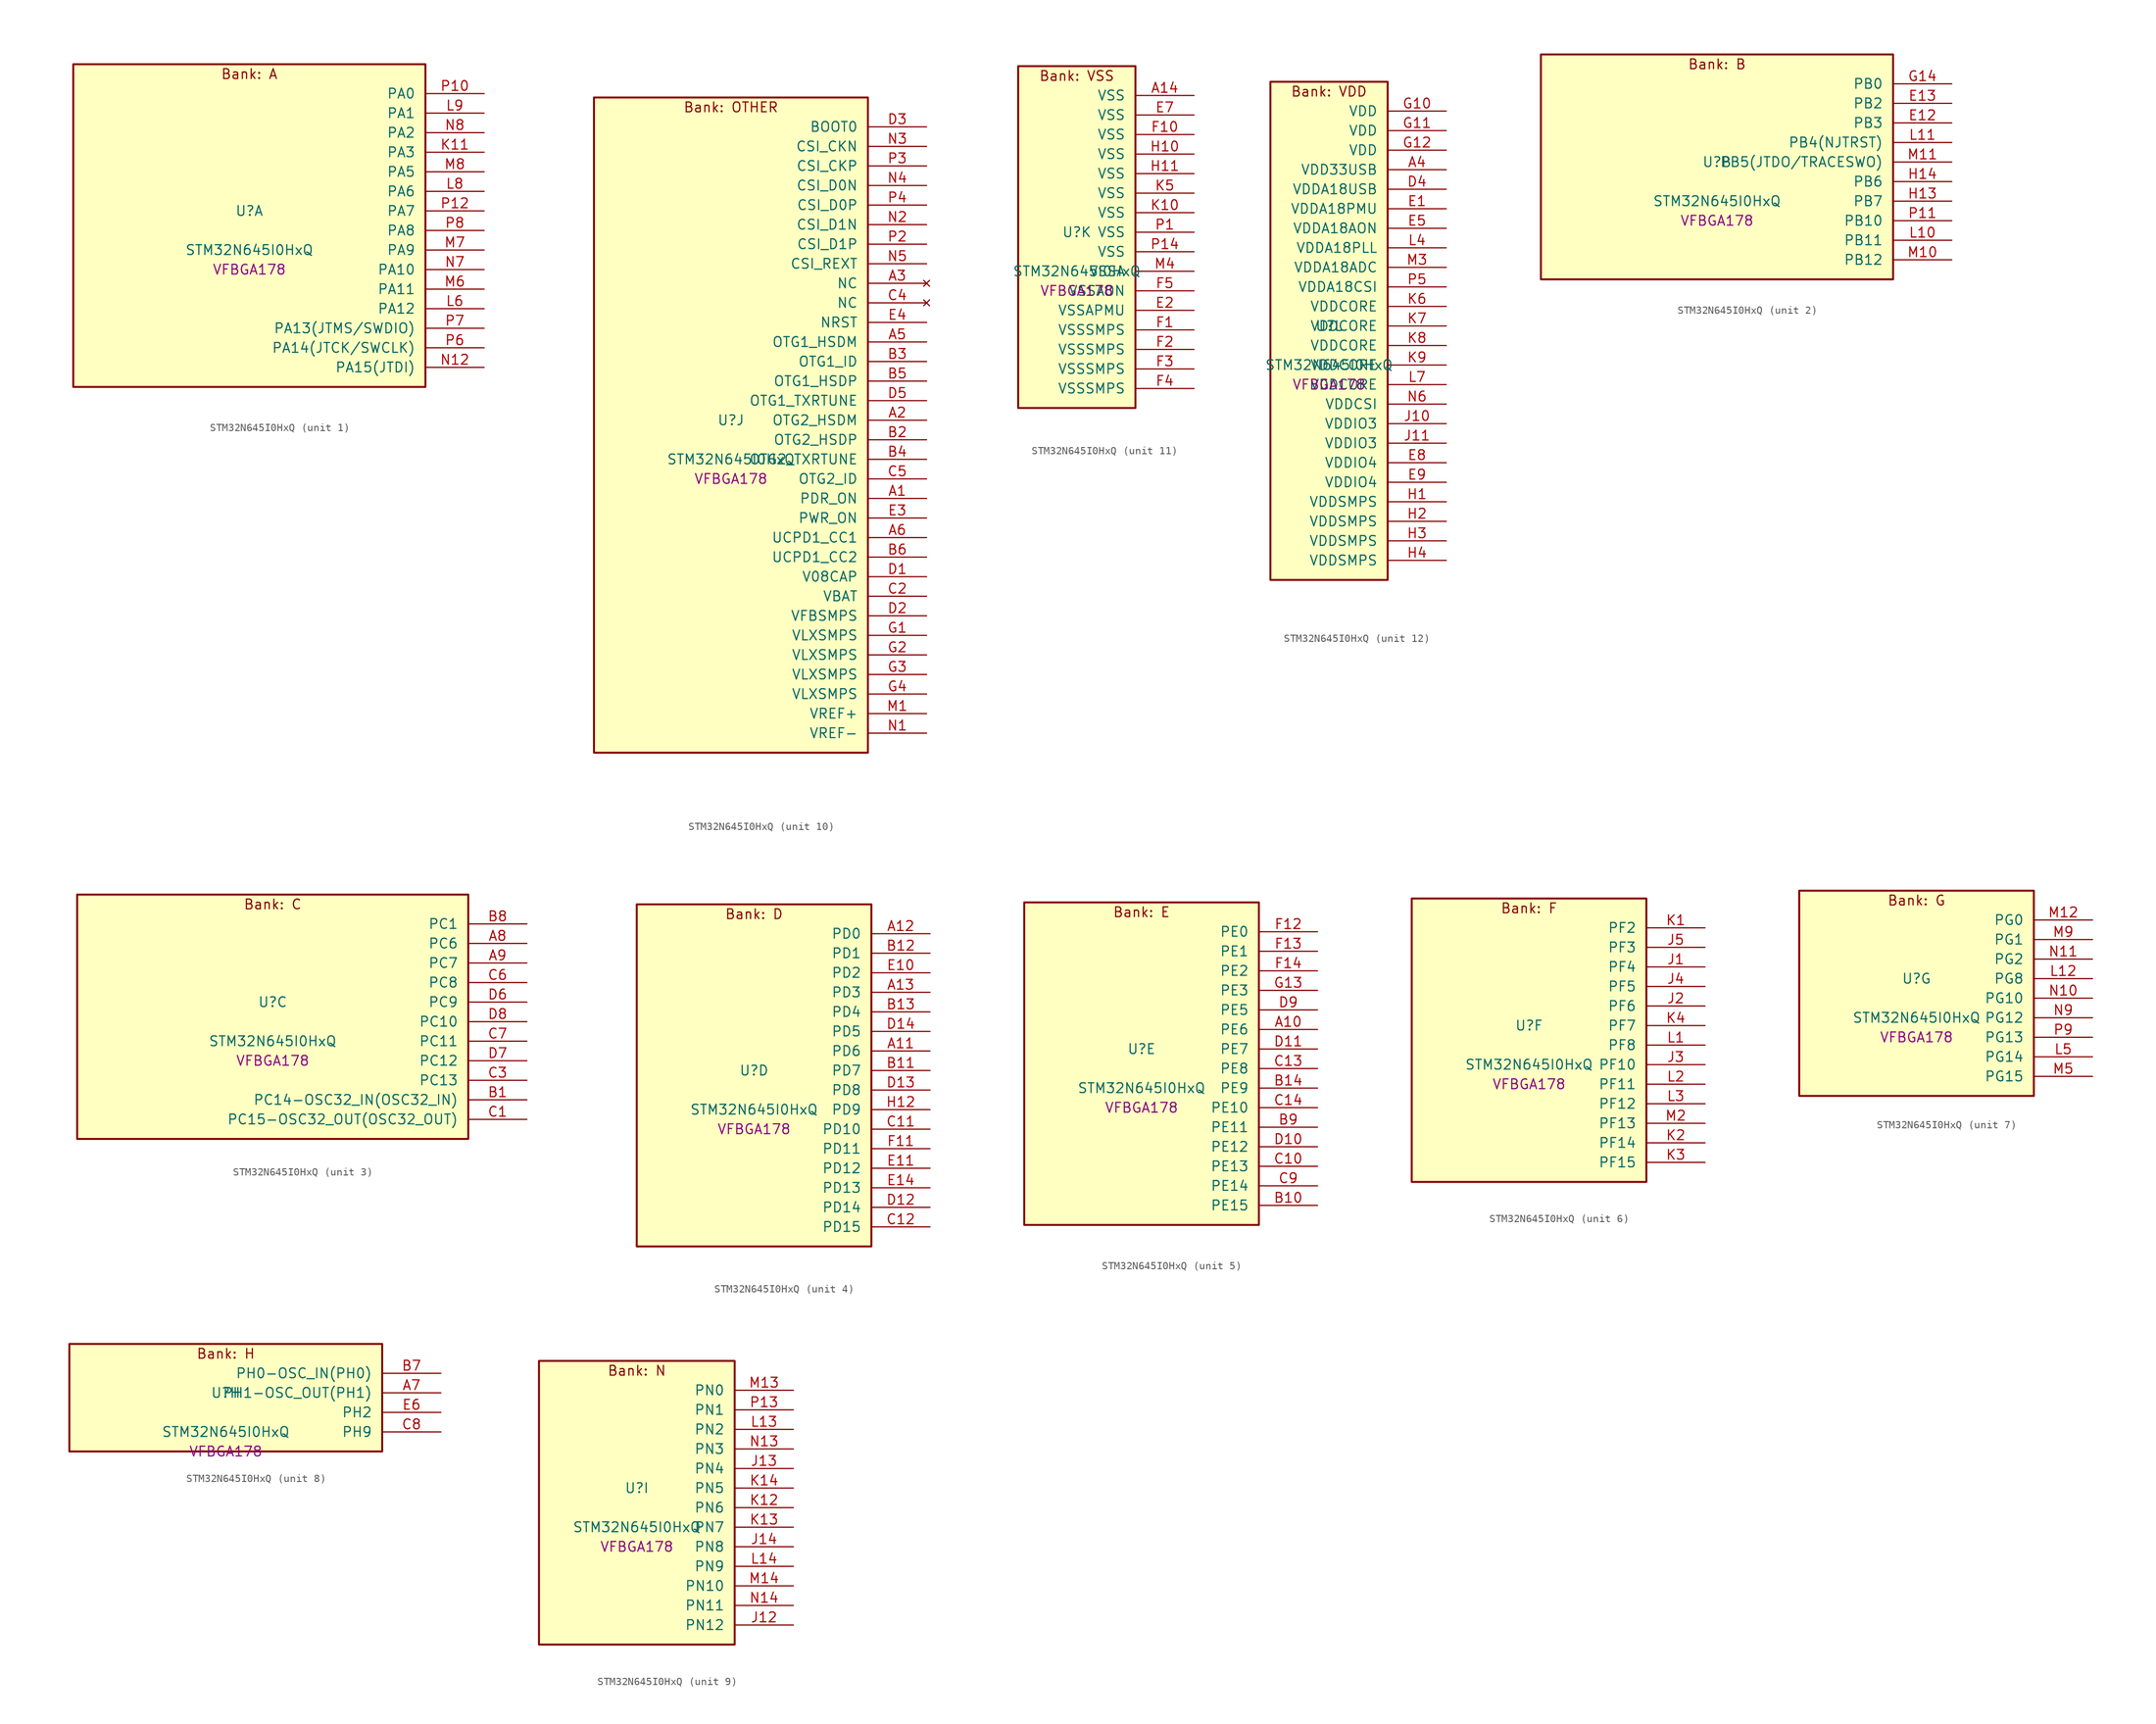
<source format=kicad_sym>
(kicad_symbol_lib
  (version 20241209)
  (generator "stm32_pkl_generator")
  (generator_version "1.0")
  (symbol "STM32N645I0HxQ"
    (pin_names
      (offset 1.27))
    (property "Reference" "U"
      (at 0 2.54 0))
    (property "Value" "STM32N645I0HxQ"
      (at 0 -2.54 0))
    (property "Footprint" "VFBGA178"
      (at 0 -5.08 0))
    (symbol "STM32N645I0HxQ_1_1"
      (rectangle (start -22.86 21.59) (end 22.86 -20.32) (stroke (width 0.254) (type solid)) (fill (type background)))
      (text "Bank: A" (at 0 20.32 0))
      (pin bidirectional line (at 30.48 17.78 180) (length 7.62) (name "PA0") (number "P10") (alternate "PA0/ADC1_INN1" bidirectional line) (alternate "PA0/ADC1_INP0" bidirectional line) (alternate "PA0/ADC2_INN1" bidirectional line) (alternate "PA0/ADC2_INP0" bidirectional line) (alternate "PA0/FMC_D7" bidirectional line) (alternate "PA0/FMC_DA7" bidirectional line) (alternate "PA0/HDP_HDP0" bidirectional line) (alternate "PA0/I2S6_WS" bidirectional line) (alternate "PA0/LTDC_G3" bidirectional line) (alternate "PA0/PWR_WKUP1" bidirectional line) (alternate "PA0/SAI2_SD_B" bidirectional line) (alternate "PA0/SPI6_NSS" bidirectional line) (alternate "PA0/TIM15_BKIN" bidirectional line) (alternate "PA0/TIM2_CH1" bidirectional line) (alternate "PA0/TIM5_CH1" bidirectional line) (alternate "PA0/TIM9_CH1" bidirectional line) (alternate "PA0/UART4_TX" bidirectional line) (alternate "PA0/USART2_CTS" bidirectional line) (alternate "PA0/USART2_NSS" bidirectional line))
      (pin bidirectional line (at 30.48 15.24 180) (length 7.62) (name "PA1") (number "L9") (alternate "PA1/ADC1_INP1" bidirectional line) (alternate "PA1/ADC2_INP1" bidirectional line) (alternate "PA1/DCMIPP_D0" bidirectional line) (alternate "PA1/DCMI_D0" bidirectional line) (alternate "PA1/FMC_D6" bidirectional line) (alternate "PA1/FMC_DA6" bidirectional line) (alternate "PA1/HDP_HDP1" bidirectional line) (alternate "PA1/LPTIM3_IN1" bidirectional line) (alternate "PA1/LTDC_G2" bidirectional line) (alternate "PA1/PSSI_D0" bidirectional line) (alternate "PA1/SAI2_MCLK_B" bidirectional line) (alternate "PA1/TIM15_CH1N" bidirectional line) (alternate "PA1/TIM2_CH2" bidirectional line) (alternate "PA1/TIM5_CH2" bidirectional line) (alternate "PA1/UART4_RX" bidirectional line) (alternate "PA1/USART2_RTS" bidirectional line))
      (pin bidirectional line (at 30.48 12.7 180) (length 7.62) (name "PA2") (number "N8") (alternate "PA2/ADC1_INP14" bidirectional line) (alternate "PA2/ADC2_INP14" bidirectional line) (alternate "PA2/FMC_D5" bidirectional line) (alternate "PA2/FMC_DA5" bidirectional line) (alternate "PA2/HDP_HDP2" bidirectional line) (alternate "PA2/LPTIM3_IN2" bidirectional line) (alternate "PA2/LTDC_B7" bidirectional line) (alternate "PA2/MDIOS_MDIO" bidirectional line) (alternate "PA2/PWR_WKUP2" bidirectional line) (alternate "PA2/SAI2_SCK_B" bidirectional line) (alternate "PA2/TIM15_CH1" bidirectional line) (alternate "PA2/TIM2_CH3" bidirectional line) (alternate "PA2/TIM5_CH3" bidirectional line) (alternate "PA2/USART2_TX" bidirectional line))
      (pin bidirectional line (at 30.48 10.16 180) (length 7.62) (name "PA3") (number "K11") (alternate "PA3/FMC_A17" bidirectional line) (alternate "PA3/FMC_ALE" bidirectional line) (alternate "PA3/SAI1_SD_B" bidirectional line) (alternate "PA3/SPI5_NSS" bidirectional line) (alternate "PA3/TIM16_CH1" bidirectional line) (alternate "PA3/UART7_RX" bidirectional line))
      (pin bidirectional line (at 30.48 7.62 180) (length 7.62) (name "PA5") (number "M8") (alternate "PA5/ADC2_INP18" bidirectional line) (alternate "PA5/DCMIPP_D8" bidirectional line) (alternate "PA5/DCMI_D8" bidirectional line) (alternate "PA5/FMC_NOE" bidirectional line) (alternate "PA5/HDP_HDP5" bidirectional line) (alternate "PA5/I2S1_CK" bidirectional line) (alternate "PA5/I2S6_CK" bidirectional line) (alternate "PA5/I3C1_SCL" bidirectional line) (alternate "PA5/LTDC_CLK" bidirectional line) (alternate "PA5/PSSI_D8" bidirectional line) (alternate "PA5/PWR_CSTOP" bidirectional line) (alternate "PA5/SPI1_SCK" bidirectional line) (alternate "PA5/SPI6_SCK" bidirectional line) (alternate "PA5/TIM10_CH1" bidirectional line) (alternate "PA5/TIM2_CH1" bidirectional line) (alternate "PA5/TIM2_ETR" bidirectional line) (alternate "PA5/TIM9_CH2" bidirectional line))
      (pin bidirectional line (at 30.48 5.08 180) (length 7.62) (name "PA6") (number "L8") (alternate "PA6/ADC1_INP3" bidirectional line) (alternate "PA6/ADC2_INP3" bidirectional line) (alternate "PA6/BOOT1" bidirectional line) (alternate "PA6/DCMIPP_PIXCLK" bidirectional line) (alternate "PA6/DCMI_PIXCLK" bidirectional line) (alternate "PA6/HDP_HDP6" bidirectional line) (alternate "PA6/I2S1_SDI" bidirectional line) (alternate "PA6/I2S6_SDI" bidirectional line) (alternate "PA6/I3C1_SDA" bidirectional line) (alternate "PA6/LPTIM3_ETR" bidirectional line) (alternate "PA6/LTDC_B7" bidirectional line) (alternate "PA6/LTDC_HSYNC" bidirectional line) (alternate "PA6/MDIOS_MDC" bidirectional line) (alternate "PA6/PSSI_PDCK" bidirectional line) (alternate "PA6/SPI1_MISO" bidirectional line) (alternate "PA6/SPI6_MISO" bidirectional line) (alternate "PA6/TIM13_CH1" bidirectional line) (alternate "PA6/TIM1_BKIN" bidirectional line) (alternate "PA6/TIM3_CH1" bidirectional line))
      (pin bidirectional line (at 30.48 2.54 180) (length 7.62) (name "PA7") (number "P12") (alternate "PA7/HDP_HDP7" bidirectional line) (alternate "PA7/I2S1_SDO" bidirectional line) (alternate "PA7/I2S6_SDO" bidirectional line) (alternate "PA7/LTDC_B1" bidirectional line) (alternate "PA7/LTDC_R4" bidirectional line) (alternate "PA7/SPI1_MOSI" bidirectional line) (alternate "PA7/SPI6_MOSI" bidirectional line) (alternate "PA7/TIM14_CH1" bidirectional line) (alternate "PA7/TIM1_CH1N" bidirectional line) (alternate "PA7/TIM3_CH2" bidirectional line) (alternate "PA7/USART1_RX" bidirectional line))
      (pin bidirectional line (at 30.48 0 180) (length 7.62) (name "PA8") (number "P8") (alternate "PA8/ADC1_INP5" bidirectional line) (alternate "PA8/ADC2_INP5" bidirectional line) (alternate "PA8/FMC_D4" bidirectional line) (alternate "PA8/FMC_DA4" bidirectional line) (alternate "PA8/HDP_HDP0" bidirectional line) (alternate "PA8/I2C3_SCL" bidirectional line) (alternate "PA8/I3C2_SCL" bidirectional line) (alternate "PA8/LTDC_B6" bidirectional line) (alternate "PA8/RCC_MCO_1" bidirectional line) (alternate "PA8/TIM11_CH1" bidirectional line) (alternate "PA8/TIM1_CH1" bidirectional line) (alternate "PA8/UART7_RX" bidirectional line) (alternate "PA8/USART1_CK" bidirectional line))
      (pin bidirectional line (at 30.48 -2.54 180) (length 7.62) (name "PA9") (number "M7") (alternate "PA9/ADC1_INP10" bidirectional line) (alternate "PA9/ADC2_INP10" bidirectional line) (alternate "PA9/DCMIPP_D0" bidirectional line) (alternate "PA9/DCMI_D0" bidirectional line) (alternate "PA9/FMC_D3" bidirectional line) (alternate "PA9/FMC_DA3" bidirectional line) (alternate "PA9/HDP_HDP1" bidirectional line) (alternate "PA9/I2C3_SDA" bidirectional line) (alternate "PA9/I2S2_CK" bidirectional line) (alternate "PA9/I3C2_SDA" bidirectional line) (alternate "PA9/LPUART1_TX" bidirectional line) (alternate "PA9/LTDC_B5" bidirectional line) (alternate "PA9/PSSI_D0" bidirectional line) (alternate "PA9/SPI2_SCK" bidirectional line) (alternate "PA9/TIM1_CH2" bidirectional line) (alternate "PA9/USART1_TX" bidirectional line))
      (pin bidirectional line (at 30.48 -5.08 180) (length 7.62) (name "PA10") (number "N7") (alternate "PA10/ADC1_INN10" bidirectional line) (alternate "PA10/ADC1_INP11" bidirectional line) (alternate "PA10/ADC2_INN10" bidirectional line) (alternate "PA10/ADC2_INP11" bidirectional line) (alternate "PA10/DCMIPP_D1" bidirectional line) (alternate "PA10/DCMI_D1" bidirectional line) (alternate "PA10/FMC_D2" bidirectional line) (alternate "PA10/FMC_DA2" bidirectional line) (alternate "PA10/HDP_HDP2" bidirectional line) (alternate "PA10/LPUART1_RX" bidirectional line) (alternate "PA10/LTDC_B4" bidirectional line) (alternate "PA10/MDIOS_MDIO" bidirectional line) (alternate "PA10/PSSI_D1" bidirectional line) (alternate "PA10/PWR_CSLEEP" bidirectional line) (alternate "PA10/TIM1_CH3" bidirectional line) (alternate "PA10/USART1_RX" bidirectional line))
      (pin bidirectional line (at 30.48 -7.62 180) (length 7.62) (name "PA11") (number "M6") (alternate "PA11/ADC1_EXTI11" bidirectional line) (alternate "PA11/ADC1_INN11" bidirectional line) (alternate "PA11/ADC1_INP12" bidirectional line) (alternate "PA11/ADC2_EXTI11" bidirectional line) (alternate "PA11/ADC2_INN11" bidirectional line) (alternate "PA11/ADC2_INP12" bidirectional line) (alternate "PA11/FDCAN1_RX" bidirectional line) (alternate "PA11/FMC_D1" bidirectional line) (alternate "PA11/FMC_DA1" bidirectional line) (alternate "PA11/HDP_HDP3" bidirectional line) (alternate "PA11/I2S2_WS" bidirectional line) (alternate "PA11/LPUART1_CTS" bidirectional line) (alternate "PA11/LTDC_B3" bidirectional line) (alternate "PA11/SPI2_NSS" bidirectional line) (alternate "PA11/TIM1_CH4" bidirectional line) (alternate "PA11/UART4_RX" bidirectional line) (alternate "PA11/USART1_CTS" bidirectional line) (alternate "PA11/USART1_NSS" bidirectional line))
      (pin bidirectional line (at 30.48 -10.16 180) (length 7.62) (name "PA12") (number "L6") (alternate "PA12/ADC1_INN12" bidirectional line) (alternate "PA12/ADC1_INP13" bidirectional line) (alternate "PA12/ADC2_INN12" bidirectional line) (alternate "PA12/ADC2_INP13" bidirectional line) (alternate "PA12/FDCAN1_TX" bidirectional line) (alternate "PA12/FMC_D0" bidirectional line) (alternate "PA12/FMC_DA0" bidirectional line) (alternate "PA12/HDP_HDP4" bidirectional line) (alternate "PA12/I2S2_CK" bidirectional line) (alternate "PA12/LPUART1_RTS" bidirectional line) (alternate "PA12/LTDC_B2" bidirectional line) (alternate "PA12/SAI2_FS_B" bidirectional line) (alternate "PA12/SPI2_SCK" bidirectional line) (alternate "PA12/TIM1_ETR" bidirectional line) (alternate "PA12/UART4_TX" bidirectional line) (alternate "PA12/USART1_RTS" bidirectional line))
      (pin bidirectional line (at 30.48 -12.7 180) (length 7.62) (name "PA13(JTMS/SWDIO)") (number "P7") (alternate "PA13(JTMS/SWDIO)/DEBUG_JTMS-SWDIO" bidirectional line) (alternate "PA13(JTMS/SWDIO)/HDP_HDP5" bidirectional line))
      (pin bidirectional line (at 30.48 -15.24 180) (length 7.62) (name "PA14(JTCK/SWCLK)") (number "P6") (alternate "PA14(JTCK/SWCLK)/DEBUG_JTCK-SWCLK" bidirectional line) (alternate "PA14(JTCK/SWCLK)/HDP_HDP6" bidirectional line))
      (pin bidirectional line (at 30.48 -17.78 180) (length 7.62) (name "PA15(JTDI)") (number "N12") (alternate "PA15(JTDI)/ADC1_EXTI15" bidirectional line) (alternate "PA15(JTDI)/ADC2_EXTI15" bidirectional line) (alternate "PA15(JTDI)/DEBUG_JTDI" bidirectional line) (alternate "PA15(JTDI)/FMC_D15" bidirectional line) (alternate "PA15(JTDI)/FMC_DA15" bidirectional line) (alternate "PA15(JTDI)/HDP_HDP7" bidirectional line) (alternate "PA15(JTDI)/I2S1_WS" bidirectional line) (alternate "PA15(JTDI)/I2S3_WS" bidirectional line) (alternate "PA15(JTDI)/I2S6_WS" bidirectional line) (alternate "PA15(JTDI)/LTDC_R5" bidirectional line) (alternate "PA15(JTDI)/SPI1_NSS" bidirectional line) (alternate "PA15(JTDI)/SPI3_NSS" bidirectional line) (alternate "PA15(JTDI)/SPI6_NSS" bidirectional line) (alternate "PA15(JTDI)/TIM2_CH1" bidirectional line) (alternate "PA15(JTDI)/TIM2_ETR" bidirectional line) (alternate "PA15(JTDI)/UART4_DE" bidirectional line) (alternate "PA15(JTDI)/UART4_RTS" bidirectional line) (alternate "PA15(JTDI)/UART7_TX" bidirectional line)))
    (symbol "STM32N645I0HxQ_2_1"
      (rectangle (start -22.86 16.51) (end 22.86 -12.7) (stroke (width 0.254) (type solid)) (fill (type background)))
      (text "Bank: B" (at 0 15.24 0))
      (pin bidirectional line (at 30.48 12.7 180) (length 7.62) (name "PB0") (number "G14") (alternate "PB0/ADF1_SDI0" bidirectional line) (alternate "PB0/DCMIPP_D4" bidirectional line) (alternate "PB0/DCMI_D4" bidirectional line) (alternate "PB0/DEBUG_TRACED1" bidirectional line) (alternate "PB0/FMC_D13" bidirectional line) (alternate "PB0/FMC_DA13" bidirectional line) (alternate "PB0/MDF1_SDI2" bidirectional line) (alternate "PB0/PSSI_D4" bidirectional line) (alternate "PB0/SAI1_D2" bidirectional line) (alternate "PB0/SAI1_FS_A" bidirectional line) (alternate "PB0/SPI4_NSS" bidirectional line) (alternate "PB0/TIM15_CH1N" bidirectional line) (alternate "PB0/TIM1_CH4" bidirectional line))
      (pin bidirectional line (at 30.48 10.16 180) (length 7.62) (name "PB2") (number "E13") (alternate "PB2/ADF1_SDI0" bidirectional line) (alternate "PB2/FMC_D2" bidirectional line) (alternate "PB2/FMC_DA2" bidirectional line) (alternate "PB2/HDP_HDP2" bidirectional line) (alternate "PB2/I2S3_SDO" bidirectional line) (alternate "PB2/LTDC_B2" bidirectional line) (alternate "PB2/MDF1_SDI1" bidirectional line) (alternate "PB2/RTC_OUT2" bidirectional line) (alternate "PB2/SAI1_D1" bidirectional line) (alternate "PB2/SAI1_SD_A" bidirectional line) (alternate "PB2/SPI3_MOSI" bidirectional line) (alternate "PB2/TIM1_CH1" bidirectional line))
      (pin bidirectional line (at 30.48 7.62 180) (length 7.62) (name "PB3") (number "E12") (alternate "PB3/DEBUG_JTDO-SWO" bidirectional line) (alternate "PB3/DEBUG_TRACECLK" bidirectional line) (alternate "PB3/FMC_A23" bidirectional line) (alternate "PB3/FMC_NBL1" bidirectional line) (alternate "PB3/GFXTIM_FCKCAL" bidirectional line) (alternate "PB3/GFXTIM_LCKCAL" bidirectional line) (alternate "PB3/HDP_HDP0" bidirectional line) (alternate "PB3/MDF1_CKI1" bidirectional line) (alternate "PB3/SAI2_FS_B" bidirectional line) (alternate "PB3/TIM1_CH4N" bidirectional line) (alternate "PB3/USART1_CK" bidirectional line))
      (pin bidirectional line (at 30.48 5.08 180) (length 7.62) (name "PB4(NJTRST)") (number "L11") (alternate "PB4(NJTRST)/DCMIPP_VSYNC" bidirectional line) (alternate "PB4(NJTRST)/DCMI_VSYNC" bidirectional line) (alternate "PB4(NJTRST)/DEBUG_NJTRST" bidirectional line) (alternate "PB4(NJTRST)/FMC_D13" bidirectional line) (alternate "PB4(NJTRST)/FMC_DA13" bidirectional line) (alternate "PB4(NJTRST)/HDP_HDP4" bidirectional line) (alternate "PB4(NJTRST)/I2S1_SDI" bidirectional line) (alternate "PB4(NJTRST)/I2S2_WS" bidirectional line) (alternate "PB4(NJTRST)/I2S3_SDI" bidirectional line) (alternate "PB4(NJTRST)/I2S6_SDI" bidirectional line) (alternate "PB4(NJTRST)/LTDC_R3" bidirectional line) (alternate "PB4(NJTRST)/PSSI_RDY" bidirectional line) (alternate "PB4(NJTRST)/SPI1_MISO" bidirectional line) (alternate "PB4(NJTRST)/SPI2_NSS" bidirectional line) (alternate "PB4(NJTRST)/SPI3_MISO" bidirectional line) (alternate "PB4(NJTRST)/SPI6_MISO" bidirectional line) (alternate "PB4(NJTRST)/TIM16_BKIN" bidirectional line) (alternate "PB4(NJTRST)/TIM3_CH1" bidirectional line) (alternate "PB4(NJTRST)/UART7_TX" bidirectional line))
      (pin bidirectional line (at 30.48 2.54 180) (length 7.62) (name "PB5(JTDO/TRACESWO)") (number "M11") (alternate "PB5(JTDO/TRACESWO)/DCMIPP_D10" bidirectional line) (alternate "PB5(JTDO/TRACESWO)/DCMI_D10" bidirectional line) (alternate "PB5(JTDO/TRACESWO)/DEBUG_JTDO-SWO" bidirectional line) (alternate "PB5(JTDO/TRACESWO)/FDCAN2_RX" bidirectional line) (alternate "PB5(JTDO/TRACESWO)/FMC_D12" bidirectional line) (alternate "PB5(JTDO/TRACESWO)/FMC_DA12" bidirectional line) (alternate "PB5(JTDO/TRACESWO)/HDP_HDP5" bidirectional line) (alternate "PB5(JTDO/TRACESWO)/I2C1_SMBA" bidirectional line) (alternate "PB5(JTDO/TRACESWO)/I2S1_SDO" bidirectional line) (alternate "PB5(JTDO/TRACESWO)/I2S3_SDO" bidirectional line) (alternate "PB5(JTDO/TRACESWO)/I2S6_SDO" bidirectional line) (alternate "PB5(JTDO/TRACESWO)/LTDC_R2" bidirectional line) (alternate "PB5(JTDO/TRACESWO)/PSSI_D10" bidirectional line) (alternate "PB5(JTDO/TRACESWO)/SPI1_MOSI" bidirectional line) (alternate "PB5(JTDO/TRACESWO)/SPI3_MOSI" bidirectional line) (alternate "PB5(JTDO/TRACESWO)/SPI6_MOSI" bidirectional line) (alternate "PB5(JTDO/TRACESWO)/TIM17_BKIN" bidirectional line) (alternate "PB5(JTDO/TRACESWO)/TIM3_CH2" bidirectional line) (alternate "PB5(JTDO/TRACESWO)/UART5_RX" bidirectional line))
      (pin bidirectional line (at 30.48 0 180) (length 7.62) (name "PB6") (number "H14") (alternate "PB6/ADF1_CCK1" bidirectional line) (alternate "PB6/DCMIPP_D6" bidirectional line) (alternate "PB6/DCMI_D6" bidirectional line) (alternate "PB6/DEBUG_TRACED2" bidirectional line) (alternate "PB6/FMC_D14" bidirectional line) (alternate "PB6/FMC_DA14" bidirectional line) (alternate "PB6/MDF1_CCK1" bidirectional line) (alternate "PB6/PSSI_D6" bidirectional line) (alternate "PB6/SAI1_CK2" bidirectional line) (alternate "PB6/SAI1_SCK_A" bidirectional line) (alternate "PB6/SPI4_MISO" bidirectional line) (alternate "PB6/TIM15_CH1" bidirectional line))
      (pin bidirectional line (at 30.48 -2.54 180) (length 7.62) (name "PB7") (number "H13") (alternate "PB7/ADF1_SDI0" bidirectional line) (alternate "PB7/DCMIPP_D7" bidirectional line) (alternate "PB7/DCMI_D7" bidirectional line) (alternate "PB7/DEBUG_TRACED3" bidirectional line) (alternate "PB7/FMC_D15" bidirectional line) (alternate "PB7/FMC_DA15" bidirectional line) (alternate "PB7/MDF1_SDI1" bidirectional line) (alternate "PB7/PSSI_D7" bidirectional line) (alternate "PB7/SAI1_D1" bidirectional line) (alternate "PB7/SAI1_SD_A" bidirectional line) (alternate "PB7/SAI2_MCLK_B" bidirectional line) (alternate "PB7/SPI4_MOSI" bidirectional line) (alternate "PB7/TIM15_CH2" bidirectional line) (alternate "PB7/TIM1_BKIN2" bidirectional line))
      (pin bidirectional line (at 30.48 -5.08 180) (length 7.62) (name "PB10") (number "P11") (alternate "PB10/ADC1_INN4" bidirectional line) (alternate "PB10/ADC1_INP8" bidirectional line) (alternate "PB10/ADC2_INN4" bidirectional line) (alternate "PB10/ADC2_INP8" bidirectional line) (alternate "PB10/FMC_D11" bidirectional line) (alternate "PB10/FMC_DA11" bidirectional line) (alternate "PB10/HDP_HDP2" bidirectional line) (alternate "PB10/I2C2_SCL" bidirectional line) (alternate "PB10/I2S2_CK" bidirectional line) (alternate "PB10/I3C2_SCL" bidirectional line) (alternate "PB10/LPTIM2_IN1" bidirectional line) (alternate "PB10/LTDC_G7" bidirectional line) (alternate "PB10/SPI2_SCK" bidirectional line) (alternate "PB10/TIM2_CH3" bidirectional line) (alternate "PB10/USART3_TX" bidirectional line))
      (pin bidirectional line (at 30.48 -7.62 180) (length 7.62) (name "PB11") (number "L10") (alternate "PB11/ADC1_EXTI11" bidirectional line) (alternate "PB11/ADC1_INP4" bidirectional line) (alternate "PB11/ADC2_EXTI11" bidirectional line) (alternate "PB11/ADC2_INP4" bidirectional line) (alternate "PB11/FMC_D10" bidirectional line) (alternate "PB11/FMC_DA10" bidirectional line) (alternate "PB11/HDP_HDP3" bidirectional line) (alternate "PB11/I2C2_SDA" bidirectional line) (alternate "PB11/I3C2_SDA" bidirectional line) (alternate "PB11/LPTIM2_ETR" bidirectional line) (alternate "PB11/LTDC_G6" bidirectional line) (alternate "PB11/TIM2_CH4" bidirectional line) (alternate "PB11/USART3_RX" bidirectional line))
      (pin bidirectional line (at 30.48 -10.16 180) (length 7.62) (name "PB12") (number "M10") (alternate "PB12/FDCAN2_RX" bidirectional line) (alternate "PB12/FMC_D9" bidirectional line) (alternate "PB12/FMC_DA9" bidirectional line) (alternate "PB12/HDP_HDP4" bidirectional line) (alternate "PB12/I2C2_SMBA" bidirectional line) (alternate "PB12/I2S2_WS" bidirectional line) (alternate "PB12/LPTIM2_IN2" bidirectional line) (alternate "PB12/LTDC_G5" bidirectional line) (alternate "PB12/SPI2_NSS" bidirectional line) (alternate "PB12/TIM1_BKIN" bidirectional line) (alternate "PB12/UART5_RX" bidirectional line) (alternate "PB12/USART3_CK" bidirectional line)))
    (symbol "STM32N645I0HxQ_3_1"
      (rectangle (start -25.4 16.51) (end 25.4 -15.24) (stroke (width 0.254) (type solid)) (fill (type background)))
      (text "Bank: C" (at 0 15.24 0))
      (pin bidirectional line (at 33.02 12.7 180) (length 7.62) (name "PC1") (number "B8") (alternate "PC1/DCMIPP_D7" bidirectional line) (alternate "PC1/DCMI_D7" bidirectional line) (alternate "PC1/FDCAN1_TX" bidirectional line) (alternate "PC1/HDP_HDP1" bidirectional line) (alternate "PC1/I2C1_SDA" bidirectional line) (alternate "PC1/I2S2_WS" bidirectional line) (alternate "PC1/I3C1_SDA" bidirectional line) (alternate "PC1/PSSI_D7" bidirectional line) (alternate "PC1/SDMMC1_CDIR" bidirectional line) (alternate "PC1/SDMMC1_D5" bidirectional line) (alternate "PC1/SPI2_NSS" bidirectional line) (alternate "PC1/TIM17_CH1" bidirectional line) (alternate "PC1/TIM4_CH4" bidirectional line) (alternate "PC1/UART4_TX" bidirectional line))
      (pin bidirectional line (at 33.02 10.16 180) (length 7.62) (name "PC6") (number "A8") (alternate "PC6/DCMIPP_D1" bidirectional line) (alternate "PC6/DCMI_D1" bidirectional line) (alternate "PC6/HDP_HDP6" bidirectional line) (alternate "PC6/I2S2_MCK" bidirectional line) (alternate "PC6/PSSI_D1" bidirectional line) (alternate "PC6/SDMMC1_D0DIR" bidirectional line) (alternate "PC6/SDMMC1_D6" bidirectional line) (alternate "PC6/TIM1_CH1" bidirectional line) (alternate "PC6/TIM3_CH1" bidirectional line) (alternate "PC6/TIM9_CH1" bidirectional line) (alternate "PC6/USART6_TX" bidirectional line))
      (pin bidirectional line (at 33.02 7.62 180) (length 7.62) (name "PC7") (number "A9") (alternate "PC7/DCMIPP_D1" bidirectional line) (alternate "PC7/DCMI_D1" bidirectional line) (alternate "PC7/DEBUG_TRGIO" bidirectional line) (alternate "PC7/HDP_HDP7" bidirectional line) (alternate "PC7/I2S3_MCK" bidirectional line) (alternate "PC7/PSSI_D1" bidirectional line) (alternate "PC7/SDMMC1_D123DIR" bidirectional line) (alternate "PC7/SDMMC1_D7" bidirectional line) (alternate "PC7/TIM16_CH1N" bidirectional line) (alternate "PC7/TIM3_CH2" bidirectional line) (alternate "PC7/TIM9_CH2" bidirectional line) (alternate "PC7/USART6_RX" bidirectional line))
      (pin bidirectional line (at 33.02 5.08 180) (length 7.62) (name "PC8") (number "C6") (alternate "PC8/DCMIPP_D2" bidirectional line) (alternate "PC8/DCMI_D2" bidirectional line) (alternate "PC8/DEBUG_TRACED1" bidirectional line) (alternate "PC8/FMC_NE4" bidirectional line) (alternate "PC8/HDP_HDP0" bidirectional line) (alternate "PC8/I2C3_SMBA" bidirectional line) (alternate "PC8/LTDC_B0" bidirectional line) (alternate "PC8/PSSI_D2" bidirectional line) (alternate "PC8/SDMMC1_D0" bidirectional line) (alternate "PC8/TIM3_CH3" bidirectional line) (alternate "PC8/UART5_DE" bidirectional line) (alternate "PC8/UART5_RTS" bidirectional line) (alternate "PC8/UCPD1_FRSTX1" bidirectional line) (alternate "PC8/USART6_CK" bidirectional line))
      (pin bidirectional line (at 33.02 2.54 180) (length 7.62) (name "PC9") (number "D6") (alternate "PC9/AUDIOCLK" bidirectional line) (alternate "PC9/DCMIPP_D3" bidirectional line) (alternate "PC9/DCMI_D3" bidirectional line) (alternate "PC9/HDP_HDP1" bidirectional line) (alternate "PC9/I2C3_SDA" bidirectional line) (alternate "PC9/LTDC_B3" bidirectional line) (alternate "PC9/PSSI_D3" bidirectional line) (alternate "PC9/RCC_MCO_2" bidirectional line) (alternate "PC9/SDMMC1_D1" bidirectional line) (alternate "PC9/TIM3_CH4" bidirectional line) (alternate "PC9/UART5_CTS" bidirectional line) (alternate "PC9/UCPD1_FRSTX2" bidirectional line) (alternate "PC9/USART6_RX" bidirectional line))
      (pin bidirectional line (at 33.02 0 180) (length 7.62) (name "PC10") (number "D8") (alternate "PC10/DCMIPP_D14" bidirectional line) (alternate "PC10/FMC_CLK" bidirectional line) (alternate "PC10/HDP_HDP2" bidirectional line) (alternate "PC10/I2C4_SCL" bidirectional line) (alternate "PC10/I2S3_CK" bidirectional line) (alternate "PC10/I3C2_SCL" bidirectional line) (alternate "PC10/PSSI_D14" bidirectional line) (alternate "PC10/SDMMC1_D2" bidirectional line) (alternate "PC10/SPI3_SCK" bidirectional line) (alternate "PC10/TIM1_BKIN" bidirectional line) (alternate "PC10/UART4_TX" bidirectional line) (alternate "PC10/USART3_TX" bidirectional line))
      (pin bidirectional line (at 33.02 -2.54 180) (length 7.62) (name "PC11") (number "C7") (alternate "PC11/ADC1_EXTI11" bidirectional line) (alternate "PC11/ADC2_EXTI11" bidirectional line) (alternate "PC11/DCMIPP_D4" bidirectional line) (alternate "PC11/DCMI_D4" bidirectional line) (alternate "PC11/HDP_HDP3" bidirectional line) (alternate "PC11/I2C4_SDA" bidirectional line) (alternate "PC11/I2S3_SDI" bidirectional line) (alternate "PC11/I3C2_SDA" bidirectional line) (alternate "PC11/PSSI_D4" bidirectional line) (alternate "PC11/SDMMC1_D3" bidirectional line) (alternate "PC11/SPI3_MISO" bidirectional line) (alternate "PC11/UART4_RX" bidirectional line) (alternate "PC11/USART3_RX" bidirectional line))
      (pin bidirectional line (at 33.02 -5.08 180) (length 7.62) (name "PC12") (number "D7") (alternate "PC12/DCMIPP_D9" bidirectional line) (alternate "PC12/DCMI_D9" bidirectional line) (alternate "PC12/DEBUG_TRACED3" bidirectional line) (alternate "PC12/FMC_NL" bidirectional line) (alternate "PC12/HDP_HDP4" bidirectional line) (alternate "PC12/I2S3_SDO" bidirectional line) (alternate "PC12/I2S6_CK" bidirectional line) (alternate "PC12/PSSI_D9" bidirectional line) (alternate "PC12/SDMMC1_CK" bidirectional line) (alternate "PC12/SPI3_MOSI" bidirectional line) (alternate "PC12/SPI6_SCK" bidirectional line) (alternate "PC12/TIM15_CH1" bidirectional line) (alternate "PC12/TIM1_CH4" bidirectional line) (alternate "PC12/UART5_TX" bidirectional line) (alternate "PC12/USART3_CK" bidirectional line))
      (pin bidirectional line (at 33.02 -7.62 180) (length 7.62) (name "PC13") (number "C3") (alternate "PC13/HDP_HDP5" bidirectional line) (alternate "PC13/PWR_WKUP3" bidirectional line) (alternate "PC13/RTC_OUT1" bidirectional line) (alternate "PC13/RTC_TS" bidirectional line) (alternate "PC13/TAMP_IN1" bidirectional line) (alternate "PC13/TAMP_OUT2" bidirectional line))
      (pin bidirectional line (at 33.02 -10.16 180) (length 7.62) (name "PC14-OSC32_IN(OSC32_IN)") (number "B1") (alternate "PC14-OSC32_IN(OSC32_IN)/RCC_OSC32_IN" bidirectional line))
      (pin bidirectional line (at 33.02 -12.7 180) (length 7.62) (name "PC15-OSC32_OUT(OSC32_OUT)") (number "C1") (alternate "PC15-OSC32_OUT(OSC32_OUT)/ADC1_EXTI15" bidirectional line) (alternate "PC15-OSC32_OUT(OSC32_OUT)/ADC2_EXTI15" bidirectional line) (alternate "PC15-OSC32_OUT(OSC32_OUT)/RCC_OSC32_OUT" bidirectional line)))
    (symbol "STM32N645I0HxQ_4_1"
      (rectangle (start -15.24 24.13) (end 15.24 -20.32) (stroke (width 0.254) (type solid)) (fill (type background)))
      (text "Bank: D" (at 0 22.86 0))
      (pin bidirectional line (at 22.86 20.32 180) (length 7.62) (name "PD0") (number "A12") (alternate "PD0/DCMIPP_HSYNC" bidirectional line) (alternate "PD0/DCMI_HSYNC" bidirectional line) (alternate "PD0/FDCAN1_RX" bidirectional line) (alternate "PD0/FMC_A6" bidirectional line) (alternate "PD0/FMC_A22" bidirectional line) (alternate "PD0/PSSI_DE" bidirectional line) (alternate "PD0/TIM1_ETR" bidirectional line) (alternate "PD0/UART4_RX" bidirectional line) (alternate "PD0/UART9_CTS" bidirectional line))
      (pin bidirectional line (at 22.86 17.78 180) (length 7.62) (name "PD1") (number "B12") (alternate "PD1/ETH1_MDC" bidirectional line) (alternate "PD1/FDCAN1_TX" bidirectional line) (alternate "PD1/FMC_A7" bidirectional line) (alternate "PD1/FMC_A23" bidirectional line) (alternate "PD1/UART4_TX" bidirectional line))
      (pin bidirectional line (at 22.86 15.24 180) (length 7.62) (name "PD2") (number "E10") (alternate "PD2/ADF1_SDI0" bidirectional line) (alternate "PD2/DEBUG_TRACED0" bidirectional line) (alternate "PD2/FMC_A0" bidirectional line) (alternate "PD2/FMC_A16" bidirectional line) (alternate "PD2/FMC_CLE" bidirectional line) (alternate "PD2/HDP_HDP1" bidirectional line) (alternate "PD2/I2S2_SDO" bidirectional line) (alternate "PD2/MDF1_SDI1" bidirectional line) (alternate "PD2/MDIOS_MDC" bidirectional line) (alternate "PD2/PWR_WKUP4" bidirectional line) (alternate "PD2/SAI1_D1" bidirectional line) (alternate "PD2/SAI1_SD_A" bidirectional line) (alternate "PD2/SPI2_MOSI" bidirectional line) (alternate "PD2/TIM15_CH1N" bidirectional line) (alternate "PD2/TIM1_CH3" bidirectional line))
      (pin bidirectional line (at 22.86 12.7 180) (length 7.62) (name "PD3") (number "A13") (alternate "PD3/DCMIPP_D14" bidirectional line) (alternate "PD3/ETH1_PHY_INTN" bidirectional line) (alternate "PD3/FMC_A10" bidirectional line) (alternate "PD3/I2C2_SMBA" bidirectional line) (alternate "PD3/PSSI_D14" bidirectional line) (alternate "PD3/USART6_CTS" bidirectional line))
      (pin bidirectional line (at 22.86 10.16 180) (length 7.62) (name "PD4") (number "B13") (alternate "PD4/DCMIPP_D9" bidirectional line) (alternate "PD4/DCMI_D9" bidirectional line) (alternate "PD4/FMC_A11" bidirectional line) (alternate "PD4/I2C2_SDA" bidirectional line) (alternate "PD4/PSSI_D9" bidirectional line) (alternate "PD4/SPI5_MISO" bidirectional line) (alternate "PD4/TAMP_IN7" bidirectional line) (alternate "PD4/TAMP_OUT8" bidirectional line) (alternate "PD4/TIM1_BKIN2" bidirectional line) (alternate "PD4/USART6_RTS" bidirectional line))
      (pin bidirectional line (at 22.86 7.62 180) (length 7.62) (name "PD5") (number "D14") (alternate "PD5/DCMIPP_PIXCLK" bidirectional line) (alternate "PD5/DCMI_PIXCLK" bidirectional line) (alternate "PD5/FMC_D6" bidirectional line) (alternate "PD5/FMC_DA6" bidirectional line) (alternate "PD5/PSSI_PDCK" bidirectional line) (alternate "PD5/TIM1_CH4N" bidirectional line) (alternate "PD5/USART2_TX" bidirectional line))
      (pin bidirectional line (at 22.86 5.08 180) (length 7.62) (name "PD6") (number "A11") (alternate "PD6/FMC_A1" bidirectional line) (alternate "PD6/FMC_A17" bidirectional line) (alternate "PD6/FMC_ALE" bidirectional line) (alternate "PD6/HDP_HDP2" bidirectional line) (alternate "PD6/I2S2_SDI" bidirectional line) (alternate "PD6/SPI2_MISO" bidirectional line) (alternate "PD6/TIM15_CH2" bidirectional line) (alternate "PD6/TIM1_CH1" bidirectional line))
      (pin bidirectional line (at 22.86 2.54 180) (length 7.62) (name "PD7") (number "B11") (alternate "PD7/DCMIPP_D0" bidirectional line) (alternate "PD7/DCMI_D0" bidirectional line) (alternate "PD7/FMC_A2" bidirectional line) (alternate "PD7/FMC_A18" bidirectional line) (alternate "PD7/HDP_HDP3" bidirectional line) (alternate "PD7/I2S2_SDO" bidirectional line) (alternate "PD7/I2S3_WS" bidirectional line) (alternate "PD7/PSSI_D0" bidirectional line) (alternate "PD7/SPI2_MOSI" bidirectional line) (alternate "PD7/SPI3_NSS" bidirectional line) (alternate "PD7/TIM15_CH1N" bidirectional line) (alternate "PD7/TIM1_CH2" bidirectional line))
      (pin bidirectional line (at 22.86 0 180) (length 7.62) (name "PD8") (number "D13") (alternate "PD8/DCMIPP_D11" bidirectional line) (alternate "PD8/DCMI_D11" bidirectional line) (alternate "PD8/FMC_NBL0" bidirectional line) (alternate "PD8/LTDC_R7" bidirectional line) (alternate "PD8/PSSI_D11" bidirectional line) (alternate "PD8/TAMP_IN3" bidirectional line) (alternate "PD8/TAMP_OUT4" bidirectional line) (alternate "PD8/USART3_TX" bidirectional line))
      (pin bidirectional line (at 22.86 -2.54 180) (length 7.62) (name "PD9") (number "H12") (alternate "PD9/DCMIPP_D11" bidirectional line) (alternate "PD9/DCMI_D11" bidirectional line) (alternate "PD9/FMC_SDCLK" bidirectional line) (alternate "PD9/LTDC_R1" bidirectional line) (alternate "PD9/PSSI_D11" bidirectional line) (alternate "PD9/TAMP_IN5" bidirectional line) (alternate "PD9/TAMP_OUT6" bidirectional line) (alternate "PD9/USART3_RX" bidirectional line))
      (pin bidirectional line (at 22.86 -5.08 180) (length 7.62) (name "PD10") (number "C11") (alternate "PD10/DEBUG_TRACECLK" bidirectional line) (alternate "PD10/FMC_A3" bidirectional line) (alternate "PD10/FMC_A19" bidirectional line) (alternate "PD10/GFXTIM_TE" bidirectional line) (alternate "PD10/HDP_HDP4" bidirectional line) (alternate "PD10/I2S1_MCK" bidirectional line) (alternate "PD10/MDF1_CKI3" bidirectional line) (alternate "PD10/SAI2_FS_B" bidirectional line) (alternate "PD10/TIM1_ETR" bidirectional line) (alternate "PD10/UCPD1_FRSTX1" bidirectional line))
      (pin bidirectional line (at 22.86 -7.62 180) (length 7.62) (name "PD11") (number "F11") (alternate "PD11/ADC1_EXTI11" bidirectional line) (alternate "PD11/ADC2_EXTI11" bidirectional line) (alternate "PD11/DCMIPP_D15" bidirectional line) (alternate "PD11/FMC_D8" bidirectional line) (alternate "PD11/FMC_DA8" bidirectional line) (alternate "PD11/I2C4_SDA" bidirectional line) (alternate "PD11/I2S2_SDI" bidirectional line) (alternate "PD11/PSSI_D15" bidirectional line) (alternate "PD11/SDMMC1_D0" bidirectional line) (alternate "PD11/SPI2_MISO" bidirectional line) (alternate "PD11/UCPD1_FRSTX1" bidirectional line))
      (pin bidirectional line (at 22.86 -10.16 180) (length 7.62) (name "PD12") (number "E11") (alternate "PD12/DCMIPP_D12" bidirectional line) (alternate "PD12/DCMI_D12" bidirectional line) (alternate "PD12/ETH1_MDIO" bidirectional line) (alternate "PD12/FMC_A5" bidirectional line) (alternate "PD12/FMC_A21" bidirectional line) (alternate "PD12/HDP_HDP5" bidirectional line) (alternate "PD12/MDF1_SDI3" bidirectional line) (alternate "PD12/PSSI_D12" bidirectional line) (alternate "PD12/SAI1_D3" bidirectional line) (alternate "PD12/UCPD1_FRSTX2" bidirectional line))
      (pin bidirectional line (at 22.86 -12.7 180) (length 7.62) (name "PD13") (number "E14") (alternate "PD13/DCMIPP_D13" bidirectional line) (alternate "PD13/DCMI_D13" bidirectional line) (alternate "PD13/FMC_D4" bidirectional line) (alternate "PD13/FMC_DA4" bidirectional line) (alternate "PD13/LTDC_R6" bidirectional line) (alternate "PD13/PSSI_D13" bidirectional line) (alternate "PD13/SAI2_SCK_A" bidirectional line) (alternate "PD13/TIM4_CH2" bidirectional line) (alternate "PD13/UART9_RTS" bidirectional line) (alternate "PD13/UCPD1_FRSTX2" bidirectional line))
      (pin bidirectional line (at 22.86 -15.24 180) (length 7.62) (name "PD14") (number "D12") (alternate "PD14/FMC_A9" bidirectional line) (alternate "PD14/I2C2_SCL" bidirectional line))
      (pin bidirectional line (at 22.86 -17.78 180) (length 7.62) (name "PD15") (number "C12") (alternate "PD15/ADC1_EXTI15" bidirectional line) (alternate "PD15/ADC2_EXTI15" bidirectional line) (alternate "PD15/FMC_A8" bidirectional line) (alternate "PD15/I2C2_SDA" bidirectional line) (alternate "PD15/LTDC_R2" bidirectional line)))
    (symbol "STM32N645I0HxQ_5_1"
      (rectangle (start -15.24 21.59) (end 15.24 -20.32) (stroke (width 0.254) (type solid)) (fill (type background)))
      (text "Bank: E" (at 0 20.32 0))
      (pin bidirectional line (at 22.86 17.78 180) (length 7.62) (name "PE0") (number "F12") (alternate "PE0/DCMIPP_D2" bidirectional line) (alternate "PE0/DCMI_D2" bidirectional line) (alternate "PE0/FMC_D9" bidirectional line) (alternate "PE0/FMC_DA9" bidirectional line) (alternate "PE0/LPTIM2_ETR" bidirectional line) (alternate "PE0/PSSI_D2" bidirectional line) (alternate "PE0/SAI2_MCLK_A" bidirectional line) (alternate "PE0/TAMP_IN6" bidirectional line) (alternate "PE0/TAMP_OUT5" bidirectional line) (alternate "PE0/TIM4_ETR" bidirectional line) (alternate "PE0/USART3_RX" bidirectional line))
      (pin bidirectional line (at 22.86 15.24 180) (length 7.62) (name "PE1") (number "F13") (alternate "PE1/DCMIPP_D8" bidirectional line) (alternate "PE1/DCMI_D8" bidirectional line) (alternate "PE1/FMC_D10" bidirectional line) (alternate "PE1/FMC_DA10" bidirectional line) (alternate "PE1/LPTIM2_CH2" bidirectional line) (alternate "PE1/PSSI_D8" bidirectional line) (alternate "PE1/USART3_TX" bidirectional line))
      (pin bidirectional line (at 22.86 12.7 180) (length 7.62) (name "PE2") (number "F14") (alternate "PE2/ADF1_CCK0" bidirectional line) (alternate "PE2/DEBUG_TRACECLK" bidirectional line) (alternate "PE2/FMC_D11" bidirectional line) (alternate "PE2/FMC_DA11" bidirectional line) (alternate "PE2/MDF1_CCK0" bidirectional line) (alternate "PE2/SAI1_CK1" bidirectional line) (alternate "PE2/SAI1_MCLK_A" bidirectional line) (alternate "PE2/SPI4_SCK" bidirectional line) (alternate "PE2/TIM1_CH2N" bidirectional line) (alternate "PE2/UCPD1_FRSTX1" bidirectional line))
      (pin bidirectional line (at 22.86 10.16 180) (length 7.62) (name "PE3") (number "G13") (alternate "PE3/DEBUG_TRACED0" bidirectional line) (alternate "PE3/FMC_D12" bidirectional line) (alternate "PE3/FMC_DA12" bidirectional line) (alternate "PE3/MDF1_CKI2" bidirectional line) (alternate "PE3/SAI1_SD_B" bidirectional line) (alternate "PE3/TIM15_BKIN" bidirectional line))
      (pin bidirectional line (at 22.86 7.62 180) (length 7.62) (name "PE5") (number "D9") (alternate "PE5/DCMIPP_D5" bidirectional line) (alternate "PE5/DCMI_D5" bidirectional line) (alternate "PE5/FDCAN2_TX" bidirectional line) (alternate "PE5/FMC_SDNE1" bidirectional line) (alternate "PE5/HDP_HDP6" bidirectional line) (alternate "PE5/I2C1_SCL" bidirectional line) (alternate "PE5/I3C1_SCL" bidirectional line) (alternate "PE5/LPUART1_TX" bidirectional line) (alternate "PE5/PSSI_D5" bidirectional line) (alternate "PE5/TIM16_CH1N" bidirectional line) (alternate "PE5/TIM4_CH1" bidirectional line) (alternate "PE5/UART5_TX" bidirectional line) (alternate "PE5/USART1_TX" bidirectional line))
      (pin bidirectional line (at 22.86 5.08 180) (length 7.62) (name "PE6") (number "A10") (alternate "PE6/DCMIPP_D1" bidirectional line) (alternate "PE6/DCMIPP_VSYNC" bidirectional line) (alternate "PE6/DCMI_D1" bidirectional line) (alternate "PE6/DCMI_VSYNC" bidirectional line) (alternate "PE6/FMC_SDCKE1" bidirectional line) (alternate "PE6/HDP_HDP7" bidirectional line) (alternate "PE6/I2C1_SDA" bidirectional line) (alternate "PE6/I3C1_SDA" bidirectional line) (alternate "PE6/LPUART1_RX" bidirectional line) (alternate "PE6/PSSI_D1" bidirectional line) (alternate "PE6/PSSI_RDY" bidirectional line) (alternate "PE6/TIM17_CH1N" bidirectional line) (alternate "PE6/TIM4_CH2" bidirectional line) (alternate "PE6/UART5_TX" bidirectional line) (alternate "PE6/USART1_RX" bidirectional line))
      (pin bidirectional line (at 22.86 2.54 180) (length 7.62) (name "PE7") (number "D11") (alternate "PE7/FMC_A4" bidirectional line) (alternate "PE7/FMC_A20" bidirectional line) (alternate "PE7/MDF1_CKI0" bidirectional line) (alternate "PE7/SAI2_SD_B" bidirectional line) (alternate "PE7/TIM1_ETR" bidirectional line) (alternate "PE7/UART7_RX" bidirectional line))
      (pin bidirectional line (at 22.86 0 180) (length 7.62) (name "PE8") (number "C13") (alternate "PE8/DCMIPP_D4" bidirectional line) (alternate "PE8/DCMI_D4" bidirectional line) (alternate "PE8/FMC_A12" bidirectional line) (alternate "PE8/MDF1_SDI0" bidirectional line) (alternate "PE8/PSSI_D4" bidirectional line) (alternate "PE8/TIM1_CH1N" bidirectional line) (alternate "PE8/UART7_TX" bidirectional line) (alternate "PE8/USART3_TX" bidirectional line))
      (pin bidirectional line (at 22.86 -2.54 180) (length 7.62) (name "PE9") (number "B14") (alternate "PE9/FMC_A14" bidirectional line) (alternate "PE9/FMC_BA0" bidirectional line) (alternate "PE9/MDF1_CKI4" bidirectional line) (alternate "PE9/TIM1_CH1" bidirectional line) (alternate "PE9/UART7_RTS" bidirectional line))
      (pin bidirectional line (at 22.86 -5.08 180) (length 7.62) (name "PE10") (number "C14") (alternate "PE10/DCMIPP_D3" bidirectional line) (alternate "PE10/DCMI_D3" bidirectional line) (alternate "PE10/DEBUG_TRACECLK" bidirectional line) (alternate "PE10/FMC_A15" bidirectional line) (alternate "PE10/FMC_BA1" bidirectional line) (alternate "PE10/MDF1_SDI4" bidirectional line) (alternate "PE10/PSSI_D3" bidirectional line) (alternate "PE10/TIM1_CH2N" bidirectional line) (alternate "PE10/UART7_CTS" bidirectional line) (alternate "PE10/USART3_RX" bidirectional line))
      (pin bidirectional line (at 22.86 -7.62 180) (length 7.62) (name "PE11") (number "B9") (alternate "PE11/ADC1_EXTI11" bidirectional line) (alternate "PE11/ADC2_EXTI11" bidirectional line) (alternate "PE11/FDCAN3_TX" bidirectional line) (alternate "PE11/FMC_SDNWE" bidirectional line) (alternate "PE11/LTDC_VSYNC" bidirectional line) (alternate "PE11/MDF1_CKI5" bidirectional line) (alternate "PE11/SAI2_SD_B" bidirectional line) (alternate "PE11/SPI4_NSS" bidirectional line) (alternate "PE11/TIM1_CH2" bidirectional line))
      (pin bidirectional line (at 22.86 -10.16 180) (length 7.62) (name "PE12") (number "D10") (alternate "PE12/FDCAN3_RX" bidirectional line) (alternate "PE12/FMC_SDNRAS" bidirectional line) (alternate "PE12/MDF1_SDI5" bidirectional line) (alternate "PE12/SAI2_SCK_B" bidirectional line) (alternate "PE12/SPI4_SCK" bidirectional line) (alternate "PE12/TIM1_CH3N" bidirectional line))
      (pin bidirectional line (at 22.86 -12.7 180) (length 7.62) (name "PE13") (number "C10") (alternate "PE13/ADF1_CCK0" bidirectional line) (alternate "PE13/FMC_SDNCAS" bidirectional line) (alternate "PE13/I2C4_SCL" bidirectional line) (alternate "PE13/SAI2_FS_B" bidirectional line) (alternate "PE13/SPI4_MISO" bidirectional line) (alternate "PE13/TIM1_CH3" bidirectional line))
      (pin bidirectional line (at 22.86 -15.24 180) (length 7.62) (name "PE14") (number "C9") (alternate "PE14/ADF1_CCK1" bidirectional line) (alternate "PE14/FMC_NWE" bidirectional line) (alternate "PE14/FMC_SDNE0" bidirectional line) (alternate "PE14/GFXTIM_FCKCAL" bidirectional line) (alternate "PE14/GFXTIM_LCKCAL" bidirectional line) (alternate "PE14/I2C4_SDA" bidirectional line) (alternate "PE14/SAI2_MCLK_B" bidirectional line) (alternate "PE14/SPI4_MOSI" bidirectional line) (alternate "PE14/TIM1_CH4" bidirectional line))
      (pin bidirectional line (at 22.86 -17.78 180) (length 7.62) (name "PE15") (number "B10") (alternate "PE15/ADC1_EXTI15" bidirectional line) (alternate "PE15/ADC2_EXTI15" bidirectional line) (alternate "PE15/FMC_SDCKE0" bidirectional line) (alternate "PE15/GFXTIM_FCKCAL" bidirectional line) (alternate "PE15/GFXTIM_LCKCAL" bidirectional line) (alternate "PE15/I2C4_SMBA" bidirectional line) (alternate "PE15/SDMMC1_D0" bidirectional line) (alternate "PE15/SPI5_SCK" bidirectional line) (alternate "PE15/TIM1_BKIN" bidirectional line) (alternate "PE15/USART2_CK" bidirectional line)))
    (symbol "STM32N645I0HxQ_6_1"
      (rectangle (start -15.24 19.05) (end 15.24 -17.78) (stroke (width 0.254) (type solid)) (fill (type background)))
      (text "Bank: F" (at 0 17.78 0))
      (pin bidirectional line (at 22.86 15.24 180) (length 7.62) (name "PF2") (number "K1") (alternate "PF2/ETH1_RGMII_CLK125" bidirectional line) (alternate "PF2/FDCAN3_TX" bidirectional line) (alternate "PF2/FMC_NWAIT" bidirectional line) (alternate "PF2/I2S2_CK" bidirectional line) (alternate "PF2/LTDC_B1" bidirectional line) (alternate "PF2/SPI2_SCK" bidirectional line) (alternate "PF2/TIM1_CH3N" bidirectional line) (alternate "PF2/USART2_CTS" bidirectional line) (alternate "PF2/USART2_NSS" bidirectional line))
      (pin bidirectional line (at 22.86 12.7 180) (length 7.62) (name "PF3") (number "J5") (alternate "PF3/ADC1_INP16" bidirectional line) (alternate "PF3/DCMIPP_HSYNC" bidirectional line) (alternate "PF3/DCMI_HSYNC" bidirectional line) (alternate "PF3/ETH1_PPS_OUT" bidirectional line) (alternate "PF3/FDCAN3_RX" bidirectional line) (alternate "PF3/FMC_NL" bidirectional line) (alternate "PF3/LTDC_R4" bidirectional line) (alternate "PF3/PSSI_DE" bidirectional line) (alternate "PF3/USART2_RTS" bidirectional line))
      (pin bidirectional line (at 22.86 10.16 180) (length 7.62) (name "PF4") (number "J1") (alternate "PF4/ADC1_INP18" bidirectional line) (alternate "PF4/DCMIPP_HSYNC" bidirectional line) (alternate "PF4/DCMI_HSYNC" bidirectional line) (alternate "PF4/ETH1_MDIO" bidirectional line) (alternate "PF4/HDP_HDP4" bidirectional line) (alternate "PF4/I2S1_WS" bidirectional line) (alternate "PF4/I2S3_WS" bidirectional line) (alternate "PF4/I2S6_WS" bidirectional line) (alternate "PF4/LPTIM3_CH2" bidirectional line) (alternate "PF4/LTDC_R3" bidirectional line) (alternate "PF4/PSSI_DE" bidirectional line) (alternate "PF4/SPI1_NSS" bidirectional line) (alternate "PF4/SPI3_NSS" bidirectional line) (alternate "PF4/SPI6_NSS" bidirectional line) (alternate "PF4/TIM5_ETR" bidirectional line) (alternate "PF4/USART2_CK" bidirectional line))
      (pin bidirectional line (at 22.86 7.62 180) (length 7.62) (name "PF5") (number "J4") (alternate "PF5/DCMIPP_D6" bidirectional line) (alternate "PF5/DCMI_D6" bidirectional line) (alternate "PF5/ETH1_CLK" bidirectional line) (alternate "PF5/FMC_NE3" bidirectional line) (alternate "PF5/LPTIM2_IN2" bidirectional line) (alternate "PF5/LTDC_G0" bidirectional line) (alternate "PF5/PSSI_D6" bidirectional line) (alternate "PF5/SAI2_SD_A" bidirectional line) (alternate "PF5/TIM1_ETR" bidirectional line) (alternate "PF5/USART3_CTS" bidirectional line) (alternate "PF5/USART3_NSS" bidirectional line))
      (pin bidirectional line (at 22.86 5.08 180) (length 7.62) (name "PF6") (number "J2") (alternate "PF6/ADC1_INP15" bidirectional line) (alternate "PF6/ADC2_INP15" bidirectional line) (alternate "PF6/ETH1_MII_COL" bidirectional line) (alternate "PF6/GFXTIM_FCKCAL" bidirectional line) (alternate "PF6/GFXTIM_LCKCAL" bidirectional line) (alternate "PF6/HDP_HDP3" bidirectional line) (alternate "PF6/I2S6_MCK" bidirectional line) (alternate "PF6/LPTIM3_CH1" bidirectional line) (alternate "PF6/LTDC_DE" bidirectional line) (alternate "PF6/SPI1_RDY" bidirectional line) (alternate "PF6/SPI4_RDY" bidirectional line) (alternate "PF6/SPI5_RDY" bidirectional line) (alternate "PF6/TIM15_CH2" bidirectional line) (alternate "PF6/TIM1_CH3" bidirectional line) (alternate "PF6/TIM2_CH4" bidirectional line) (alternate "PF6/TIM5_CH4" bidirectional line) (alternate "PF6/USART2_RX" bidirectional line))
      (pin bidirectional line (at 22.86 2.54 180) (length 7.62) (name "PF7") (number "K4") (alternate "PF7/ADC1_INN5" bidirectional line) (alternate "PF7/ADC1_INP9" bidirectional line) (alternate "PF7/ADC2_INN5" bidirectional line) (alternate "PF7/ADC2_INP9" bidirectional line) (alternate "PF7/ETH1_MII_RX_CLK" bidirectional line) (alternate "PF7/ETH1_RGMII_RX_CLK" bidirectional line) (alternate "PF7/ETH1_RMII_REF_CLK" bidirectional line) (alternate "PF7/GFXTIM_TE" bidirectional line) (alternate "PF7/HDP_HDP0" bidirectional line) (alternate "PF7/I2S1_CK" bidirectional line) (alternate "PF7/LTDC_VSYNC" bidirectional line) (alternate "PF7/SPI1_SCK" bidirectional line) (alternate "PF7/TIM1_CH2N" bidirectional line) (alternate "PF7/TIM3_CH3" bidirectional line) (alternate "PF7/TIM9_CH1" bidirectional line) (alternate "PF7/UART4_CTS" bidirectional line))
      (pin bidirectional line (at 22.86 0 180) (length 7.62) (name "PF8") (number "L1") (alternate "PF8/DEBUG_TRACECLK" bidirectional line) (alternate "PF8/ETH1_MII_RXD2" bidirectional line) (alternate "PF8/ETH1_RGMII_RXD2" bidirectional line) (alternate "PF8/FMC_NWE" bidirectional line) (alternate "PF8/LTDC_R6" bidirectional line) (alternate "PF8/UART9_TX" bidirectional line))
      (pin bidirectional line (at 22.86 -2.54 180) (length 7.62) (name "PF10") (number "J3") (alternate "PF10/DCMIPP_D11" bidirectional line) (alternate "PF10/DCMIPP_D15" bidirectional line) (alternate "PF10/DCMI_D11" bidirectional line) (alternate "PF10/ETH1_MII_RX_DV" bidirectional line) (alternate "PF10/ETH1_RGMII_RX_CTL" bidirectional line) (alternate "PF10/ETH1_RMII_CRS_DV" bidirectional line) (alternate "PF10/LTDC_R1" bidirectional line) (alternate "PF10/MDF1_SDI3" bidirectional line) (alternate "PF10/PSSI_D11" bidirectional line) (alternate "PF10/PSSI_D15" bidirectional line) (alternate "PF10/SAI1_D3" bidirectional line) (alternate "PF10/TIM16_BKIN" bidirectional line) (alternate "PF10/UART7_RX" bidirectional line) (alternate "PF10/UCPD1_FRSTX1" bidirectional line))
      (pin bidirectional line (at 22.86 -5.08 180) (length 7.62) (name "PF11") (number "L2") (alternate "PF11/ADC1_EXTI11" bidirectional line) (alternate "PF11/ADC1_INP2" bidirectional line) (alternate "PF11/ADC2_EXTI11" bidirectional line) (alternate "PF11/DCMIPP_D15" bidirectional line) (alternate "PF11/ETH1_MII_TX_EN" bidirectional line) (alternate "PF11/ETH1_RGMII_TX_CTL" bidirectional line) (alternate "PF11/ETH1_RMII_TX_EN" bidirectional line) (alternate "PF11/LTDC_B0" bidirectional line) (alternate "PF11/PSSI_D15" bidirectional line) (alternate "PF11/SAI2_SD_B" bidirectional line) (alternate "PF11/SPI5_MOSI" bidirectional line))
      (pin bidirectional line (at 22.86 -7.62 180) (length 7.62) (name "PF12") (number "L3") (alternate "PF12/ADC1_INN2" bidirectional line) (alternate "PF12/ADC1_INP6" bidirectional line) (alternate "PF12/DCMIPP_D13" bidirectional line) (alternate "PF12/DCMI_D13" bidirectional line) (alternate "PF12/ETH1_MII_TXD0" bidirectional line) (alternate "PF12/ETH1_RGMII_TXD0" bidirectional line) (alternate "PF12/ETH1_RMII_TXD0" bidirectional line) (alternate "PF12/PSSI_D13" bidirectional line) (alternate "PF12/SPI5_MISO" bidirectional line) (alternate "PF12/USART1_RX" bidirectional line))
      (pin bidirectional line (at 22.86 -10.16 180) (length 7.62) (name "PF13") (number "M2") (alternate "PF13/ADC2_INP2" bidirectional line) (alternate "PF13/DCMIPP_D10" bidirectional line) (alternate "PF13/DCMI_D10" bidirectional line) (alternate "PF13/ETH1_MII_TXD1" bidirectional line) (alternate "PF13/ETH1_RGMII_TXD1" bidirectional line) (alternate "PF13/ETH1_RMII_TXD1" bidirectional line) (alternate "PF13/PSSI_D10" bidirectional line) (alternate "PF13/SPI5_NSS" bidirectional line) (alternate "PF13/USART1_TX" bidirectional line))
      (pin bidirectional line (at 22.86 -12.7 180) (length 7.62) (name "PF14") (number "K2") (alternate "PF14/ADC2_INN2" bidirectional line) (alternate "PF14/ADC2_INP6" bidirectional line) (alternate "PF14/ETH1_MII_RXD0" bidirectional line) (alternate "PF14/ETH1_RGMII_RXD0" bidirectional line) (alternate "PF14/ETH1_RMII_RXD0" bidirectional line) (alternate "PF14/LTDC_G0" bidirectional line) (alternate "PF14/SPI5_MOSI" bidirectional line) (alternate "PF14/TIM2_CH2" bidirectional line) (alternate "PF14/USART1_CTS" bidirectional line))
      (pin bidirectional line (at 22.86 -15.24 180) (length 7.62) (name "PF15") (number "K3") (alternate "PF15/ADC1_EXTI15" bidirectional line) (alternate "PF15/ADC2_EXTI15" bidirectional line) (alternate "PF15/ETH1_MII_RXD1" bidirectional line) (alternate "PF15/ETH1_RGMII_RXD1" bidirectional line) (alternate "PF15/ETH1_RMII_RXD1" bidirectional line) (alternate "PF15/LTDC_G1" bidirectional line) (alternate "PF15/SPI5_SCK" bidirectional line) (alternate "PF15/USART1_RTS" bidirectional line)))
    (symbol "STM32N645I0HxQ_7_1"
      (rectangle (start -15.24 13.97) (end 15.24 -12.7) (stroke (width 0.254) (type solid)) (fill (type background)))
      (text "Bank: G" (at 0 12.7 0))
      (pin bidirectional line (at 22.86 10.16 180) (length 7.62) (name "PG0") (number "M12") (alternate "PG0/ETH1_PHY_INTN" bidirectional line) (alternate "PG0/LTDC_R0" bidirectional line) (alternate "PG0/LTDC_VSYNC" bidirectional line) (alternate "PG0/TIM12_CH1" bidirectional line) (alternate "PG0/TIM1_CH4N" bidirectional line) (alternate "PG0/UART9_RX" bidirectional line))
      (pin bidirectional line (at 22.86 7.62 180) (length 7.62) (name "PG1") (number "M9") (alternate "PG1/DCMIPP_PIXCLK" bidirectional line) (alternate "PG1/DCMI_PIXCLK" bidirectional line) (alternate "PG1/FMC_A19" bidirectional line) (alternate "PG1/LTDC_G1" bidirectional line) (alternate "PG1/PSSI_PDCK" bidirectional line) (alternate "PG1/SAI1_SCK_B" bidirectional line) (alternate "PG1/SPI5_MISO" bidirectional line) (alternate "PG1/TIM13_CH1" bidirectional line) (alternate "PG1/TIM16_CH1N" bidirectional line) (alternate "PG1/UART7_RTS" bidirectional line))
      (pin bidirectional line (at 22.86 5.08 180) (length 7.62) (name "PG2") (number "N11") (alternate "PG2/DCMIPP_D6" bidirectional line) (alternate "PG2/DCMI_D6" bidirectional line) (alternate "PG2/FMC_A21" bidirectional line) (alternate "PG2/LTDC_R0" bidirectional line) (alternate "PG2/PSSI_D6" bidirectional line) (alternate "PG2/SAI1_FS_B" bidirectional line) (alternate "PG2/SAI2_MCLK_B" bidirectional line) (alternate "PG2/SPI5_MOSI" bidirectional line) (alternate "PG2/TIM14_CH1" bidirectional line) (alternate "PG2/TIM17_CH1N" bidirectional line) (alternate "PG2/UART7_CTS" bidirectional line) (alternate "PG2/USART3_RTS" bidirectional line))
      (pin bidirectional line (at 22.86 2.54 180) (length 7.62) (name "PG8") (number "L12") (alternate "PG8/FMC_A20" bidirectional line) (alternate "PG8/HDP_HDP7" bidirectional line) (alternate "PG8/I2S2_SDO" bidirectional line) (alternate "PG8/LTDC_G7" bidirectional line) (alternate "PG8/PWR_PVD_IN" bidirectional line) (alternate "PG8/RTC_REFIN" bidirectional line) (alternate "PG8/SAI1_SCK_B" bidirectional line) (alternate "PG8/SPI2_MOSI" bidirectional line) (alternate "PG8/TIM12_CH2" bidirectional line) (alternate "PG8/TIM1_CH3N" bidirectional line) (alternate "PG8/UART4_CTS" bidirectional line) (alternate "PG8/USART1_RX" bidirectional line))
      (pin bidirectional line (at 22.86 0 180) (length 7.62) (name "PG10") (number "N10") (alternate "PG10/DCMIPP_D2" bidirectional line) (alternate "PG10/DCMI_D2" bidirectional line) (alternate "PG10/FDCAN2_TX" bidirectional line) (alternate "PG10/FMC_A16" bidirectional line) (alternate "PG10/FMC_CLE" bidirectional line) (alternate "PG10/HDP_HDP5" bidirectional line) (alternate "PG10/I2S2_CK" bidirectional line) (alternate "PG10/LPTIM2_CH1" bidirectional line) (alternate "PG10/LTDC_G4" bidirectional line) (alternate "PG10/PSSI_D2" bidirectional line) (alternate "PG10/SPI2_SCK" bidirectional line) (alternate "PG10/TIM1_CH1N" bidirectional line) (alternate "PG10/UART5_TX" bidirectional line) (alternate "PG10/USART3_CTS" bidirectional line) (alternate "PG10/USART3_NSS" bidirectional line))
      (pin bidirectional line (at 22.86 -2.54 180) (length 7.62) (name "PG12") (number "N9") (alternate "PG12/FMC_A18" bidirectional line) (alternate "PG12/LTDC_G0" bidirectional line) (alternate "PG12/SAI1_MCLK_B" bidirectional line) (alternate "PG12/SPI5_SCK" bidirectional line) (alternate "PG12/TIM17_CH1" bidirectional line) (alternate "PG12/UART7_TX" bidirectional line))
      (pin bidirectional line (at 22.86 -5.08 180) (length 7.62) (name "PG13") (number "P9") (alternate "PG13/DCMIPP_D12" bidirectional line) (alternate "PG13/DCMI_D12" bidirectional line) (alternate "PG13/FMC_NE1" bidirectional line) (alternate "PG13/LPTIM2_IN1" bidirectional line) (alternate "PG13/LTDC_DE" bidirectional line) (alternate "PG13/PSSI_D12" bidirectional line) (alternate "PG13/SAI2_FS_A" bidirectional line) (alternate "PG13/TIM4_CH1" bidirectional line) (alternate "PG13/USART3_RTS" bidirectional line))
      (pin bidirectional line (at 22.86 -7.62 180) (length 7.62) (name "PG14") (number "L5") (alternate "PG14/DCMIPP_D11" bidirectional line) (alternate "PG14/DCMI_D11" bidirectional line) (alternate "PG14/DEBUG_TRACED1" bidirectional line) (alternate "PG14/FMC_NCE" bidirectional line) (alternate "PG14/FMC_NE2" bidirectional line) (alternate "PG14/I2S6_SDO" bidirectional line) (alternate "PG14/LTDC_B1" bidirectional line) (alternate "PG14/PSSI_D11" bidirectional line) (alternate "PG14/SPI6_MOSI" bidirectional line) (alternate "PG14/USART2_RTS" bidirectional line) (alternate "PG14/USART6_TX" bidirectional line))
      (pin bidirectional line (at 22.86 -10.16 180) (length 7.62) (name "PG15") (number "M5") (alternate "PG15/ADC1_EXTI15" bidirectional line) (alternate "PG15/ADC1_INN3" bidirectional line) (alternate "PG15/ADC1_INP7" bidirectional line) (alternate "PG15/ADC2_EXTI15" bidirectional line) (alternate "PG15/ADC2_INN3" bidirectional line) (alternate "PG15/ADC2_INP7" bidirectional line) (alternate "PG15/DCMIPP_D4" bidirectional line) (alternate "PG15/DCMI_D4" bidirectional line) (alternate "PG15/ETH1_MII_RX_CLK" bidirectional line) (alternate "PG15/ETH1_RMII_REF_CLK" bidirectional line) (alternate "PG15/FMC_CLK" bidirectional line) (alternate "PG15/LTDC_B0" bidirectional line) (alternate "PG15/PSSI_D4" bidirectional line) (alternate "PG15/SPI1_RDY" bidirectional line) (alternate "PG15/SPI4_RDY" bidirectional line) (alternate "PG15/SPI5_RDY" bidirectional line) (alternate "PG15/TIM1_CH4" bidirectional line) (alternate "PG15/USART3_CK" bidirectional line)))
    (symbol "STM32N645I0HxQ_8_1"
      (rectangle (start -20.32 8.89) (end 20.32 -5.08) (stroke (width 0.254) (type solid)) (fill (type background)))
      (text "Bank: H" (at 0 7.62 0))
      (pin bidirectional line (at 27.94 5.08 180) (length 7.62) (name "PH0-OSC_IN(PH0)") (number "B7") (alternate "PH0-OSC_IN(PH0)/RCC_OSC_IN" bidirectional line))
      (pin bidirectional line (at 27.94 2.54 180) (length 7.62) (name "PH1-OSC_OUT(PH1)") (number "A7") (alternate "PH1-OSC_OUT(PH1)/RCC_OSC_OUT" bidirectional line))
      (pin bidirectional line (at 27.94 0 180) (length 7.62) (name "PH2") (number "E6") (alternate "PH2/DCMIPP_D11" bidirectional line) (alternate "PH2/DCMI_D11" bidirectional line) (alternate "PH2/DEBUG_TRACED2" bidirectional line) (alternate "PH2/FDCAN1_TX" bidirectional line) (alternate "PH2/FMC_NE3" bidirectional line) (alternate "PH2/PSSI_D11" bidirectional line) (alternate "PH2/SDMMC1_CMD" bidirectional line) (alternate "PH2/TIM15_BKIN" bidirectional line) (alternate "PH2/TIM1_ETR" bidirectional line) (alternate "PH2/TIM3_ETR" bidirectional line) (alternate "PH2/UART5_RX" bidirectional line))
      (pin bidirectional line (at 27.94 -2.54 180) (length 7.62) (name "PH9") (number "C8") (alternate "PH9/DCMIPP_D6" bidirectional line) (alternate "PH9/DCMI_D6" bidirectional line) (alternate "PH9/FDCAN1_RX" bidirectional line) (alternate "PH9/FMC_D9" bidirectional line) (alternate "PH9/FMC_DA9" bidirectional line) (alternate "PH9/HDP_HDP0" bidirectional line) (alternate "PH9/I2C1_SCL" bidirectional line) (alternate "PH9/I3C1_SCL" bidirectional line) (alternate "PH9/PSSI_D6" bidirectional line) (alternate "PH9/SDMMC1_CKIN" bidirectional line) (alternate "PH9/SDMMC1_D4" bidirectional line) (alternate "PH9/TIM16_CH1" bidirectional line) (alternate "PH9/TIM4_CH3" bidirectional line) (alternate "PH9/UART4_RX" bidirectional line) (alternate "PH9/USART3_CK" bidirectional line)))
    (symbol "STM32N645I0HxQ_9_1"
      (rectangle (start -12.7 19.05) (end 12.7 -17.78) (stroke (width 0.254) (type solid)) (fill (type background)))
      (text "Bank: N" (at 0 17.78 0))
      (pin bidirectional line (at 20.32 15.24 180) (length 7.62) (name "PN0") (number "M13") (alternate "PN0/FMC_A25" bidirectional line) (alternate "PN0/XSPIM_P2_DQS0" bidirectional line))
      (pin bidirectional line (at 20.32 12.7 180) (length 7.62) (name "PN1") (number "P13") (alternate "PN1/FMC_A24" bidirectional line) (alternate "PN1/XSPIM_P2_NCS1" bidirectional line))
      (pin bidirectional line (at 20.32 10.16 180) (length 7.62) (name "PN2") (number "L13") (alternate "PN2/FMC_A23" bidirectional line) (alternate "PN2/XSPIM_P2_IO0" bidirectional line))
      (pin bidirectional line (at 20.32 7.62 180) (length 7.62) (name "PN3") (number "N13") (alternate "PN3/FMC_A22" bidirectional line) (alternate "PN3/XSPIM_P2_IO1" bidirectional line))
      (pin bidirectional line (at 20.32 5.08 180) (length 7.62) (name "PN4") (number "J13") (alternate "PN4/XSPIM_P2_IO2" bidirectional line))
      (pin bidirectional line (at 20.32 2.54 180) (length 7.62) (name "PN5") (number "K14") (alternate "PN5/XSPIM_P2_IO3" bidirectional line))
      (pin bidirectional line (at 20.32 0 180) (length 7.62) (name "PN6") (number "K12") (alternate "PN6/XSPIM_P2_CLK" bidirectional line))
      (pin bidirectional line (at 20.32 -2.54 180) (length 7.62) (name "PN7") (number "K13") (alternate "PN7/XSPIM_P2_NCLK" bidirectional line))
      (pin bidirectional line (at 20.32 -5.08 180) (length 7.62) (name "PN8") (number "J14") (alternate "PN8/XSPIM_P2_IO4" bidirectional line))
      (pin bidirectional line (at 20.32 -7.62 180) (length 7.62) (name "PN9") (number "L14") (alternate "PN9/DCMIPP_D5" bidirectional line) (alternate "PN9/DCMI_D5" bidirectional line) (alternate "PN9/PSSI_D5" bidirectional line) (alternate "PN9/XSPIM_P2_IO5" bidirectional line))
      (pin bidirectional line (at 20.32 -10.16 180) (length 7.62) (name "PN10") (number "M14") (alternate "PN10/LTDC_B4" bidirectional line) (alternate "PN10/XSPIM_P2_IO6" bidirectional line))
      (pin bidirectional line (at 20.32 -12.7 180) (length 7.62) (name "PN11") (number "N14") (alternate "PN11/ADC1_EXTI11" bidirectional line) (alternate "PN11/ADC2_EXTI11" bidirectional line) (alternate "PN11/LTDC_B6" bidirectional line) (alternate "PN11/XSPIM_P2_IO7" bidirectional line))
      (pin bidirectional line (at 20.32 -15.24 180) (length 7.62) (name "PN12") (number "J12") (alternate "PN12/XSPIM_P2_NCS2" bidirectional line)))
    (symbol "STM32N645I0HxQ_10_1"
      (rectangle (start -17.78 44.45) (end 17.78 -40.64) (stroke (width 0.254) (type solid)) (fill (type background)))
      (text "Bank: OTHER" (at 0 43.18 0))
      (pin input line (at 25.4 40.64 180) (length 7.62) (name "BOOT0") (number "D3"))
      (pin bidirectional line (at 25.4 38.1 180) (length 7.62) (name "CSI_CKN") (number "N3") (alternate "CSI_CKN/CSI_CKN" bidirectional line))
      (pin bidirectional line (at 25.4 35.56 180) (length 7.62) (name "CSI_CKP") (number "P3") (alternate "CSI_CKP/CSI_CKP" bidirectional line))
      (pin bidirectional line (at 25.4 33.02 180) (length 7.62) (name "CSI_D0N") (number "N4") (alternate "CSI_D0N/CSI_D0N" bidirectional line))
      (pin bidirectional line (at 25.4 30.48 180) (length 7.62) (name "CSI_D0P") (number "P4") (alternate "CSI_D0P/CSI_D0P" bidirectional line))
      (pin bidirectional line (at 25.4 27.94 180) (length 7.62) (name "CSI_D1N") (number "N2") (alternate "CSI_D1N/CSI_D1N" bidirectional line))
      (pin bidirectional line (at 25.4 25.4 180) (length 7.62) (name "CSI_D1P") (number "P2") (alternate "CSI_D1P/CSI_D1P" bidirectional line))
      (pin bidirectional line (at 25.4 22.86 180) (length 7.62) (name "CSI_REXT") (number "N5") (alternate "CSI_REXT/CSI_REXT" bidirectional line))
      (pin no_connect line (at 25.4 20.32 180) (length 7.62) (name "NC") (number "A3"))
      (pin no_connect line (at 25.4 17.78 180) (length 7.62) (name "NC") (number "C4"))
      (pin input line (at 25.4 15.24 180) (length 7.62) (name "NRST") (number "E4"))
      (pin bidirectional line (at 25.4 12.7 180) (length 7.62) (name "OTG1_HSDM") (number "A5") (alternate "OTG1_HSDM/USB1_OTG_HS_DM" bidirectional line))
      (pin bidirectional line (at 25.4 10.16 180) (length 7.62) (name "OTG1_ID") (number "B3") (alternate "OTG1_ID/USB1_OTG_HS_ID" bidirectional line))
      (pin bidirectional line (at 25.4 7.62 180) (length 7.62) (name "OTG1_HSDP") (number "B5") (alternate "OTG1_HSDP/USB1_OTG_HS_DP" bidirectional line))
      (pin bidirectional line (at 25.4 5.08 180) (length 7.62) (name "OTG1_TXRTUNE") (number "D5"))
      (pin bidirectional line (at 25.4 2.54 180) (length 7.62) (name "OTG2_HSDM") (number "A2") (alternate "OTG2_HSDM/USB2_OTG_HS_DM" bidirectional line))
      (pin bidirectional line (at 25.4 0 180) (length 7.62) (name "OTG2_HSDP") (number "B2") (alternate "OTG2_HSDP/USB2_OTG_HS_DP" bidirectional line))
      (pin bidirectional line (at 25.4 -2.54 180) (length 7.62) (name "OTG2_TXRTUNE") (number "B4"))
      (pin bidirectional line (at 25.4 -5.08 180) (length 7.62) (name "OTG2_ID") (number "C5") (alternate "OTG2_ID/USB2_OTG_HS_ID" bidirectional line))
      (pin bidirectional line (at 25.4 -7.62 180) (length 7.62) (name "PDR_ON") (number "A1"))
      (pin bidirectional line (at 25.4 -10.16 180) (length 7.62) (name "PWR_ON") (number "E3"))
      (pin bidirectional line (at 25.4 -12.7 180) (length 7.62) (name "UCPD1_CC1") (number "A6") (alternate "UCPD1_CC1/UCPD1_CC1" bidirectional line))
      (pin bidirectional line (at 25.4 -15.24 180) (length 7.62) (name "UCPD1_CC2") (number "B6") (alternate "UCPD1_CC2/UCPD1_CC2" bidirectional line))
      (pin power_in line (at 25.4 -17.78 180) (length 7.62) (name "V08CAP") (number "D1"))
      (pin power_in line (at 25.4 -20.32 180) (length 7.62) (name "VBAT") (number "C2"))
      (pin power_in line (at 25.4 -22.86 180) (length 7.62) (name "VFBSMPS") (number "D2"))
      (pin power_in line (at 25.4 -25.4 180) (length 7.62) (name "VLXSMPS") (number "G1"))
      (pin power_in line (at 25.4 -27.94 180) (length 7.62) (name "VLXSMPS") (number "G2"))
      (pin power_in line (at 25.4 -30.48 180) (length 7.62) (name "VLXSMPS") (number "G3"))
      (pin power_in line (at 25.4 -33.02 180) (length 7.62) (name "VLXSMPS") (number "G4"))
      (pin bidirectional line (at 25.4 -35.56 180) (length 7.62) (name "VREF+") (number "M1"))
      (pin power_in line (at 25.4 -38.1 180) (length 7.62) (name "VREF-") (number "N1")))
    (symbol "STM32N645I0HxQ_11_1"
      (rectangle (start -7.62 24.13) (end 7.62 -20.32) (stroke (width 0.254) (type solid)) (fill (type background)))
      (text "Bank: VSS" (at 0 22.86 0))
      (pin power_in line (at 15.24 20.32 180) (length 7.62) (name "VSS") (number "A14"))
      (pin power_in line (at 15.24 17.78 180) (length 7.62) (name "VSS") (number "E7"))
      (pin power_in line (at 15.24 15.24 180) (length 7.62) (name "VSS") (number "F10"))
      (pin power_in line (at 15.24 12.7 180) (length 7.62) (name "VSS") (number "H10"))
      (pin power_in line (at 15.24 10.16 180) (length 7.62) (name "VSS") (number "H11"))
      (pin power_in line (at 15.24 7.62 180) (length 7.62) (name "VSS") (number "K5"))
      (pin power_in line (at 15.24 5.08 180) (length 7.62) (name "VSS") (number "K10"))
      (pin power_in line (at 15.24 2.54 180) (length 7.62) (name "VSS") (number "P1"))
      (pin power_in line (at 15.24 0 180) (length 7.62) (name "VSS") (number "P14"))
      (pin power_in line (at 15.24 -2.54 180) (length 7.62) (name "VSSA") (number "M4"))
      (pin power_in line (at 15.24 -5.08 180) (length 7.62) (name "VSSAON") (number "F5"))
      (pin power_in line (at 15.24 -7.62 180) (length 7.62) (name "VSSAPMU") (number "E2"))
      (pin power_in line (at 15.24 -10.16 180) (length 7.62) (name "VSSSMPS") (number "F1"))
      (pin power_in line (at 15.24 -12.7 180) (length 7.62) (name "VSSSMPS") (number "F2"))
      (pin power_in line (at 15.24 -15.24 180) (length 7.62) (name "VSSSMPS") (number "F3"))
      (pin power_in line (at 15.24 -17.78 180) (length 7.62) (name "VSSSMPS") (number "F4")))
    (symbol "STM32N645I0HxQ_12_1"
      (rectangle (start -7.62 34.29) (end 7.62 -30.48) (stroke (width 0.254) (type solid)) (fill (type background)))
      (text "Bank: VDD" (at 0 33.02 0))
      (pin power_in line (at 15.24 30.48 180) (length 7.62) (name "VDD") (number "G10"))
      (pin power_in line (at 15.24 27.94 180) (length 7.62) (name "VDD") (number "G11"))
      (pin power_in line (at 15.24 25.4 180) (length 7.62) (name "VDD") (number "G12"))
      (pin power_in line (at 15.24 22.86 180) (length 7.62) (name "VDD33USB") (number "A4"))
      (pin power_in line (at 15.24 20.32 180) (length 7.62) (name "VDDA18USB") (number "D4"))
      (pin power_in line (at 15.24 17.78 180) (length 7.62) (name "VDDA18PMU") (number "E1"))
      (pin power_in line (at 15.24 15.24 180) (length 7.62) (name "VDDA18AON") (number "E5"))
      (pin power_in line (at 15.24 12.7 180) (length 7.62) (name "VDDA18PLL") (number "L4"))
      (pin power_in line (at 15.24 10.16 180) (length 7.62) (name "VDDA18ADC") (number "M3"))
      (pin power_in line (at 15.24 7.62 180) (length 7.62) (name "VDDA18CSI") (number "P5"))
      (pin power_in line (at 15.24 5.08 180) (length 7.62) (name "VDDCORE") (number "K6"))
      (pin power_in line (at 15.24 2.54 180) (length 7.62) (name "VDDCORE") (number "K7"))
      (pin power_in line (at 15.24 0 180) (length 7.62) (name "VDDCORE") (number "K8"))
      (pin power_in line (at 15.24 -2.54 180) (length 7.62) (name "VDDCORE") (number "K9"))
      (pin power_in line (at 15.24 -5.08 180) (length 7.62) (name "VDDCORE") (number "L7"))
      (pin power_in line (at 15.24 -7.62 180) (length 7.62) (name "VDDCSI") (number "N6"))
      (pin power_in line (at 15.24 -10.16 180) (length 7.62) (name "VDDIO3") (number "J10"))
      (pin power_in line (at 15.24 -12.7 180) (length 7.62) (name "VDDIO3") (number "J11"))
      (pin power_in line (at 15.24 -15.24 180) (length 7.62) (name "VDDIO4") (number "E8"))
      (pin power_in line (at 15.24 -17.78 180) (length 7.62) (name "VDDIO4") (number "E9"))
      (pin power_in line (at 15.24 -20.32 180) (length 7.62) (name "VDDSMPS") (number "H1"))
      (pin power_in line (at 15.24 -22.86 180) (length 7.62) (name "VDDSMPS") (number "H2"))
      (pin power_in line (at 15.24 -25.4 180) (length 7.62) (name "VDDSMPS") (number "H3"))
      (pin power_in line (at 15.24 -27.94 180) (length 7.62) (name "VDDSMPS") (number "H4")))))
</source>
